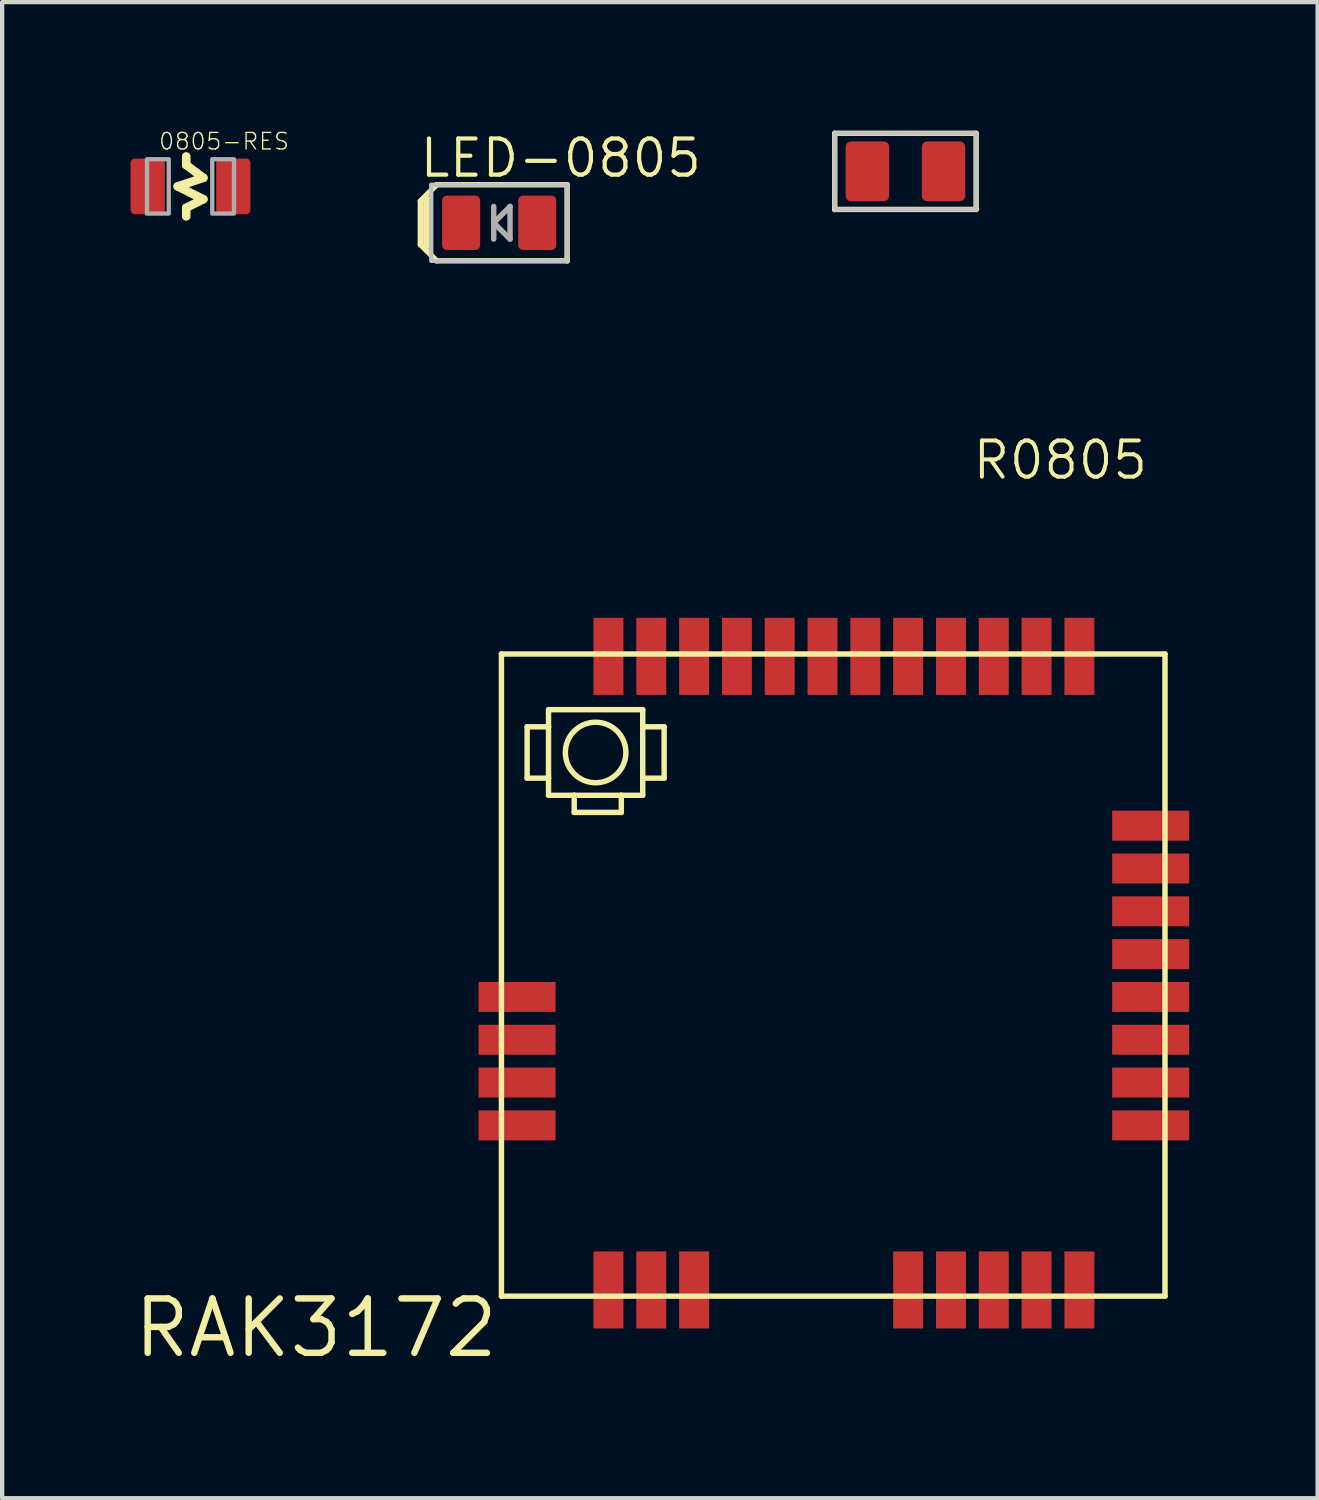
<source format=kicad_pcb>
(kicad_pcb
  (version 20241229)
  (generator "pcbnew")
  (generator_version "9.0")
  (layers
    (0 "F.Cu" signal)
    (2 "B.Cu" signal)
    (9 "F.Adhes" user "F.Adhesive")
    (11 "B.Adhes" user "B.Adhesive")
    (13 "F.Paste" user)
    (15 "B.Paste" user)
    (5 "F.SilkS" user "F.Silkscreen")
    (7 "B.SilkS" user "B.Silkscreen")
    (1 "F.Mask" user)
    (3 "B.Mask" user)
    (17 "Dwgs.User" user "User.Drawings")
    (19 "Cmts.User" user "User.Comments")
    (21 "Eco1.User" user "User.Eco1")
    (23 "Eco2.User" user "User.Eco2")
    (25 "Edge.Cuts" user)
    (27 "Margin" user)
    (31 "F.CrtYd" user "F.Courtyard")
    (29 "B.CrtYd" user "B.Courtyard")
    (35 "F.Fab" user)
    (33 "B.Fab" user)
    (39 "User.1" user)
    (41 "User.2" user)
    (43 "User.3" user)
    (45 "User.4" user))
  (footprint "RAK3172"
    (layer "F.Cu")
    (at 8.663 27.227)
    (property "Reference" "RAK3172" (at 0 0 0) (layer "F.SilkS") (effects (font (size 1.27 1.27) (thickness 0.15)) (justify right top)))
    (attr through_hole)
    (fp_line (start 0 -15) (end 0 0) (stroke (width 0.127) (type solid)) (layer "F.SilkS"))
    (fp_line (start 0 0) (end 15.5 0) (stroke (width 0.127) (type solid)) (layer "F.SilkS"))
    (fp_line (start 0.6 -13.3) (end 1.1 -13.3) (stroke (width 0.127) (type solid)) (layer "F.SilkS"))
    (fp_line (start 0.6 -12.1) (end 0.6 -13.3) (stroke (width 0.127) (type solid)) (layer "F.SilkS"))
    (fp_line (start 1.1 -13.7) (end 3.3 -13.7) (stroke (width 0.127) (type solid)) (layer "F.SilkS"))
    (fp_line (start 1.1 -13.3) (end 1.1 -13.7) (stroke (width 0.127) (type solid)) (layer "F.SilkS"))
    (fp_line (start 1.1 -12.1) (end 0.6 -12.1) (stroke (width 0.127) (type solid)) (layer "F.SilkS"))
    (fp_line (start 1.1 -12.1) (end 1.1 -13.3) (stroke (width 0.127) (type solid)) (layer "F.SilkS"))
    (fp_line (start 1.1 -11.7) (end 1.1 -12.1) (stroke (width 0.127) (type solid)) (layer "F.SilkS"))
    (fp_line (start 1.7 -11.7) (end 1.1 -11.7) (stroke (width 0.127) (type solid)) (layer "F.SilkS"))
    (fp_line (start 1.7 -11.3) (end 1.7 -11.7) (stroke (width 0.127) (type solid)) (layer "F.SilkS"))
    (fp_line (start 1.7 -11.3) (end 2.8 -11.3) (stroke (width 0.127) (type solid)) (layer "F.SilkS"))
    (fp_line (start 2.8 -11.7) (end 1.7 -11.7) (stroke (width 0.127) (type solid)) (layer "F.SilkS"))
    (fp_line (start 2.8 -11.3) (end 2.8 -11.7) (stroke (width 0.127) (type solid)) (layer "F.SilkS"))
    (fp_line (start 3.3 -13.7) (end 3.3 -13.3) (stroke (width 0.127) (type solid)) (layer "F.SilkS"))
    (fp_line (start 3.3 -13.3) (end 3.3 -12.1) (stroke (width 0.127) (type solid)) (layer "F.SilkS"))
    (fp_line (start 3.3 -12.1) (end 3.3 -11.7) (stroke (width 0.127) (type solid)) (layer "F.SilkS"))
    (fp_line (start 3.3 -11.7) (end 2.8 -11.7) (stroke (width 0.127) (type solid)) (layer "F.SilkS"))
    (fp_line (start 3.8 -13.3) (end 3.3 -13.3) (stroke (width 0.127) (type solid)) (layer "F.SilkS"))
    (fp_line (start 3.8 -13.3) (end 3.8 -12.1) (stroke (width 0.127) (type solid)) (layer "F.SilkS"))
    (fp_line (start 3.8 -12.1) (end 3.3 -12.1) (stroke (width 0.127) (type solid)) (layer "F.SilkS"))
    (fp_line (start 15.5 -15) (end 0 -15) (stroke (width 0.127) (type solid)) (layer "F.SilkS"))
    (fp_line (start 15.5 0) (end 15.5 -15) (stroke (width 0.127) (type solid)) (layer "F.SilkS"))
    (fp_circle (center 2.2 -12.7) (end 2.907 -12.7) (stroke (width 0.127) (type solid)) (fill no) (layer "F.SilkS"))
    (pad "1" smd rect (at 13.5 -14.945 90) (size 1.8 0.7) (layers "F.Cu" "F.Mask" "F.Paste"))
    (pad "2" smd rect (at 12.5 -14.945 90) (size 1.8 0.7) (layers "F.Cu" "F.Mask" "F.Paste"))
    (pad "3" smd rect (at 11.5 -14.945 90) (size 1.8 0.7) (layers "F.Cu" "F.Mask" "F.Paste"))
    (pad "4" smd rect (at 10.5 -14.945 90) (size 1.8 0.7) (layers "F.Cu" "F.Mask" "F.Paste"))
    (pad "5" smd rect (at 9.5 -14.945 90) (size 1.8 0.7) (layers "F.Cu" "F.Mask" "F.Paste"))
    (pad "6" smd rect (at 8.5 -14.945 90) (size 1.8 0.7) (layers "F.Cu" "F.Mask" "F.Paste"))
    (pad "7" smd rect (at 7.5 -14.945 90) (size 1.8 0.7) (layers "F.Cu" "F.Mask" "F.Paste"))
    (pad "8" smd rect (at 6.5 -14.945 90) (size 1.8 0.7) (layers "F.Cu" "F.Mask" "F.Paste"))
    (pad "9" smd rect (at 5.5 -14.945 90) (size 1.8 0.7) (layers "F.Cu" "F.Mask" "F.Paste"))
    (pad "10" smd rect (at 4.5 -14.945 90) (size 1.8 0.7) (layers "F.Cu" "F.Mask" "F.Paste"))
    (pad "11" smd rect (at 3.5 -14.945 90) (size 1.8 0.7) (layers "F.Cu" "F.Mask" "F.Paste"))
    (pad "12" smd rect (at 2.5 -14.945 90) (size 1.8 0.7) (layers "F.Cu" "F.Mask" "F.Paste"))
    (pad "13" smd rect (at 0.365 -6.99 180) (size 1.8 0.7) (layers "F.Cu" "F.Mask" "F.Paste"))
    (pad "14" smd rect (at 0.365 -5.99 180) (size 1.8 0.7) (layers "F.Cu" "F.Mask" "F.Paste"))
    (pad "15" smd rect (at 0.365 -4.99 180) (size 1.8 0.7) (layers "F.Cu" "F.Mask" "F.Paste"))
    (pad "16" smd rect (at 0.365 -3.99 180) (size 1.8 0.7) (layers "F.Cu" "F.Mask" "F.Paste"))
    (pad "17" smd rect (at 2.5 -0.145 90) (size 1.8 0.7) (layers "F.Cu" "F.Mask" "F.Paste"))
    (pad "18" smd rect (at 3.5 -0.145 90) (size 1.8 0.7) (layers "F.Cu" "F.Mask" "F.Paste"))
    (pad "19" smd rect (at 4.5 -0.145 90) (size 1.8 0.7) (layers "F.Cu" "F.Mask" "F.Paste"))
    (pad "20" smd rect (at 9.5 -0.145 90) (size 1.8 0.7) (layers "F.Cu" "F.Mask" "F.Paste"))
    (pad "21" smd rect (at 10.5 -0.145 90) (size 1.8 0.7) (layers "F.Cu" "F.Mask" "F.Paste"))
    (pad "22" smd rect (at 11.5 -0.145 90) (size 1.8 0.7) (layers "F.Cu" "F.Mask" "F.Paste"))
    (pad "23" smd rect (at 12.5 -0.145 90) (size 1.8 0.7) (layers "F.Cu" "F.Mask" "F.Paste"))
    (pad "24" smd rect (at 13.5 -0.145 90) (size 1.8 0.7) (layers "F.Cu" "F.Mask" "F.Paste"))
    (pad "25" smd rect (at 15.165 -3.99 180) (size 1.8 0.7) (layers "F.Cu" "F.Mask" "F.Paste"))
    (pad "26" smd rect (at 15.165 -4.99 180) (size 1.8 0.7) (layers "F.Cu" "F.Mask" "F.Paste"))
    (pad "27" smd rect (at 15.165 -5.99 180) (size 1.8 0.7) (layers "F.Cu" "F.Mask" "F.Paste"))
    (pad "28" smd rect (at 15.165 -6.99 180) (size 1.8 0.7) (layers "F.Cu" "F.Mask" "F.Paste"))
    (pad "29" smd rect (at 15.165 -7.99 180) (size 1.8 0.7) (layers "F.Cu" "F.Mask" "F.Paste"))
    (pad "30" smd rect (at 15.165 -8.99 180) (size 1.8 0.7) (layers "F.Cu" "F.Mask" "F.Paste"))
    (pad "31" smd rect (at 15.165 -9.99 180) (size 1.8 0.7) (layers "F.Cu" "F.Mask" "F.Paste"))
    (pad "32" smd rect (at 15.165 -10.99 180) (size 1.8 0.7) (layers "F.Cu" "F.Mask" "F.Paste")))
  (footprint "R0805"
    (layer "F.Cu")
    (at 18.1 0.953)
    (property "Reference" "R0805" (at 1.524 7.239 180) (layer "F.SilkS") (effects (font (size 0.845 0.845) (thickness 0.093)) (justify left bottom)))
    (attr through_hole)
    (fp_line (start -1.651 -0.889) (end 1.651 -0.889) (stroke (width 0.127) (type solid)) (layer "F.SilkS"))
    (fp_line (start -1.651 0.889) (end -1.651 -0.889) (stroke (width 0.127) (type solid)) (layer "F.SilkS"))
    (fp_line (start 1.651 -0.889) (end 1.651 0.889) (stroke (width 0.127) (type solid)) (layer "F.SilkS"))
    (fp_line (start 1.651 0.889) (end -1.651 0.889) (stroke (width 0.127) (type solid)) (layer "F.SilkS"))
    (fp_poly (pts (xy -1.651 0.889) (xy 1.651 0.889) (xy 1.651 -0.889) (xy -1.651 -0.889)) (stroke (width 0.1) (type solid)) (fill no) (layer "Dwgs.User"))
    (pad "1" smd roundrect (at -0.889 0) (size 1.016 1.397) (layers "F.Cu" "F.Mask" "F.Paste") (roundrect_rratio 0.125))
    (pad "2" smd roundrect (at 0.889 0) (size 1.016 1.397) (layers "F.Cu" "F.Mask" "F.Paste") (roundrect_rratio 0.125)))
  (footprint "LED-0805"
    (layer "F.Cu")
    (at 8.61 2.154)
    (property "Reference" "LED-0805" (at -1.905 -1.016 0) (layer "F.SilkS") (effects (font (size 0.845 0.845) (thickness 0.098)) (justify left bottom)))
    (attr through_hole)
    (fp_line (start -1.841 -0.508) (end -1.46 -0.889) (stroke (width 0.127) (type solid)) (layer "F.SilkS"))
    (fp_line (start -1.841 0.508) (end -1.841 -0.508) (stroke (width 0.127) (type solid)) (layer "F.SilkS"))
    (fp_line (start -1.676 -0.508) (end -1.676 0.508) (stroke (width 0.203) (type solid)) (layer "F.SilkS"))
    (fp_line (start -1.46 -0.889) (end 1.587 -0.889) (stroke (width 0.127) (type solid)) (layer "F.SilkS"))
    (fp_line (start -1.46 0.889) (end -1.841 0.508) (stroke (width 0.127) (type solid)) (layer "F.SilkS"))
    (fp_line (start 1.587 -0.889) (end 1.587 0.889) (stroke (width 0.127) (type solid)) (layer "F.SilkS"))
    (fp_line (start 1.587 0.889) (end -1.46 0.889) (stroke (width 0.127) (type solid)) (layer "F.SilkS"))
    (fp_poly (pts (xy 1.587 -0.889) (xy -1.587 -0.889) (xy -1.587 0.889) (xy 1.587 0.889)) (stroke (width 0.1) (type solid)) (fill no) (layer "Dwgs.User"))
    (fp_line (start -0.127 -0.381) (end -0.127 0.381) (stroke (width 0.127) (type solid)) (layer "F.Fab"))
    (fp_line (start -0.127 0) (end 0.254 -0.381) (stroke (width 0.127) (type solid)) (layer "F.Fab"))
    (fp_line (start 0.254 -0.381) (end 0.254 0.381) (stroke (width 0.127) (type solid)) (layer "F.Fab"))
    (fp_line (start 0.254 0.381) (end -0.127 0) (stroke (width 0.127) (type solid)) (layer "F.Fab"))
    (pad "+" smd roundrect (at 0.889 0 180) (size 0.889 1.27) (layers "F.Cu" "F.Mask" "F.Paste") (roundrect_rratio 0.125))
    (pad "-" smd roundrect (at -0.889 0 180) (size 0.889 1.27) (layers "F.Cu" "F.Mask" "F.Paste") (roundrect_rratio 0.125)))
  (footprint "0805-RES"
    (layer "F.Cu")
    (at 1.4 1.304)
    (property "Reference" "0805-RES" (at -0.762 -0.826 180) (layer "F.SilkS") (effects (font (size 0.386 0.386) (thickness 0.031)) (justify left bottom)))
    (attr through_hole)
    (fp_line (start -0.3 0) (end 0.3 0.3) (stroke (width 0.2) (type solid)) (layer "F.SilkS"))
    (fp_line (start -0.1 -0.7) (end -0.1 -0.5) (stroke (width 0.2) (type solid)) (layer "F.SilkS"))
    (fp_line (start -0.1 -0.5) (end 0.3 -0.2) (stroke (width 0.2) (type solid)) (layer "F.SilkS"))
    (fp_line (start -0.1 0.5) (end -0.1 0.7) (stroke (width 0.2) (type solid)) (layer "F.SilkS"))
    (fp_line (start 0.3 -0.2) (end -0.3 0) (stroke (width 0.2) (type solid)) (layer "F.SilkS"))
    (fp_line (start 0.3 0.3) (end -0.1 0.5) (stroke (width 0.2) (type solid)) (layer "F.SilkS"))
    (fp_poly (pts (xy -1.016 0.635) (xy -0.508 0.635) (xy -0.508 -0.635) (xy -1.016 -0.635)) (stroke (width 0.1) (type solid)) (fill no) (layer "F.Fab"))
    (fp_poly (pts (xy 0.508 0.635) (xy 1.016 0.635) (xy 1.016 -0.635) (xy 0.508 -0.635)) (stroke (width 0.1) (type solid)) (fill no) (layer "F.Fab"))
    (pad "1" smd roundrect (at -1 0) (size 0.8 1.3) (layers "F.Cu" "F.Mask" "F.Paste") (roundrect_rratio 0.125))
    (pad "2" smd roundrect (at 1 0) (size 0.8 1.3) (layers "F.Cu" "F.Mask" "F.Paste") (roundrect_rratio 0.125)))
  (gr_rect
    (start -3 -3)
    (end 27.728 31.947)
    (stroke (width 0.1) (type default))
    (fill no)
    (layer "Edge.Cuts")))
</source>
